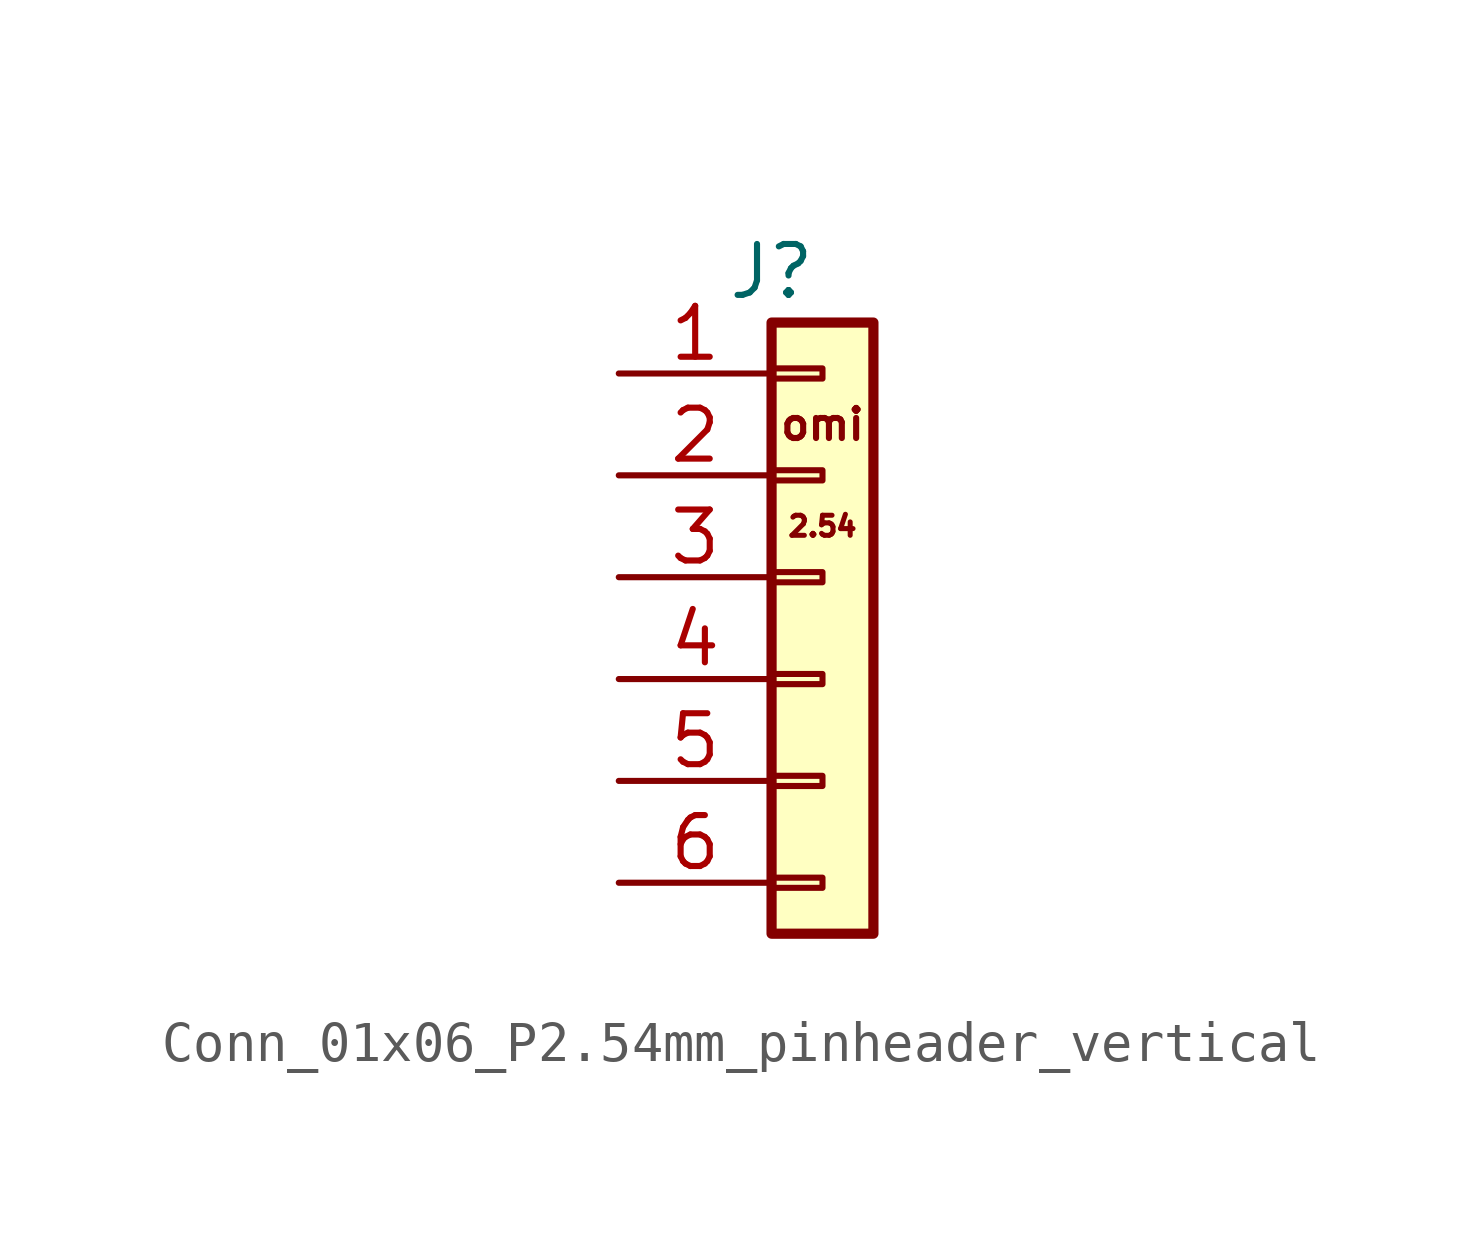
<source format=kicad_sym>
(kicad_symbol_lib
  (version 20220914)
  (generator kicad_symbol_editor)
  (symbol "Conn_01x06_P2.54mm_pinheader_vertical"
    (pin_names
      (offset 1.016) hide)
    (property "Reference" "J"
      (at -1.27 10.16 0)
      (effects (font (size 1.27 1.27))))
    (symbol "Conn_01x06_P2.54mm_pinheader_vertical_1_1"
      (rectangle (start -1.27 -4.953) (end 0 -5.207) (stroke (width 0.152) (type default)) (fill (type none)))
      (rectangle (start -1.27 -2.413) (end 0 -2.667) (stroke (width 0.152) (type default)) (fill (type none)))
      (rectangle (start -1.27 0.127) (end 0 -0.127) (stroke (width 0.152) (type default)) (fill (type none)))
      (rectangle (start -1.27 2.667) (end 0 2.413) (stroke (width 0.152) (type default)) (fill (type none)))
      (rectangle (start -1.27 5.207) (end 0 4.953) (stroke (width 0.152) (type default)) (fill (type none)))
      (rectangle (start -1.27 7.747) (end 0 7.493) (stroke (width 0.152) (type default)) (fill (type none)))
      (rectangle (start -1.27 8.89) (end 1.27 -6.35) (stroke (width 0.254) (type default)) (fill (type background)))
      (text "2.54" (at 0 3.81 0) (effects (font (size 0.5 0.5))))
      (text "omi" (at 0 6.35 0) (effects (font (size 0.75 0.75))))
      (pin passive line (at -5.08 7.62 0) (length 3.81) (name "Pin_1" (effects (font (size 1.27 1.27)))) (number "1" (effects (font (size 1.27 1.27)))))
      (pin passive line (at -5.08 5.08 0) (length 3.81) (name "Pin_2" (effects (font (size 1.27 1.27)))) (number "2" (effects (font (size 1.27 1.27)))))
      (pin passive line (at -5.08 2.54 0) (length 3.81) (name "Pin_3" (effects (font (size 1.27 1.27)))) (number "3" (effects (font (size 1.27 1.27)))))
      (pin passive line (at -5.08 0 0) (length 3.81) (name "Pin_4" (effects (font (size 1.27 1.27)))) (number "4" (effects (font (size 1.27 1.27)))))
      (pin passive line (at -5.08 -2.54 0) (length 3.81) (name "Pin_5" (effects (font (size 1.27 1.27)))) (number "5" (effects (font (size 1.27 1.27)))))
      (pin passive line (at -5.08 -5.08 0) (length 3.81) (name "Pin_6" (effects (font (size 1.27 1.27)))) (number "6" (effects (font (size 1.27 1.27))))))))
</source>
